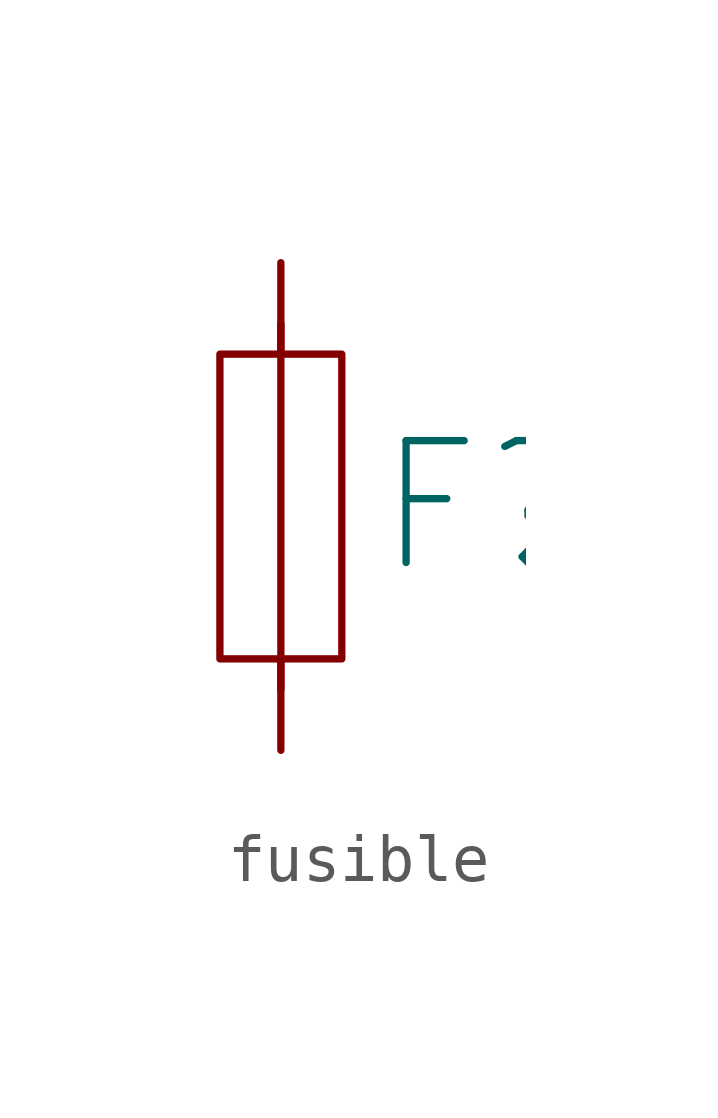
<source format=kicad_sym>
(kicad_symbol_lib
  (version 20211014)
  (generator kicad_symbol_editor)
  (symbol "fusible"
    (pin_names
      (offset 1.016))
    (property "Reference" "F"
      (at 1.905 -5.08 0)
      (effects (font (size 2.54 2.54)) (justify left)))
    (symbol "fusible_0_0"
      (polyline (pts (xy 0 -1.27) (xy 0 -8.89)) (stroke (width 0) (type default) (color 0 0 0 0)) (fill (type none))))
    (symbol "fusible_0_1"
      (rectangle (start -1.27 -1.905) (end 1.27 -8.255) (stroke (width 0) (type default) (color 0 0 0 0)) (fill (type none))))
    (symbol "fusible_1_1"
      (pin input line (at 0 -10.16 90) (length 1.905) (name "~" (effects (font (size 1.27 1.27)))) (number "~" (effects (font (size 1.143 1.143)))))
      (pin input line (at 0 0 270) (length 1.905) (name "~" (effects (font (size 1.27 1.27)))) (number "~" (effects (font (size 1.143 1.143))))))))
</source>
